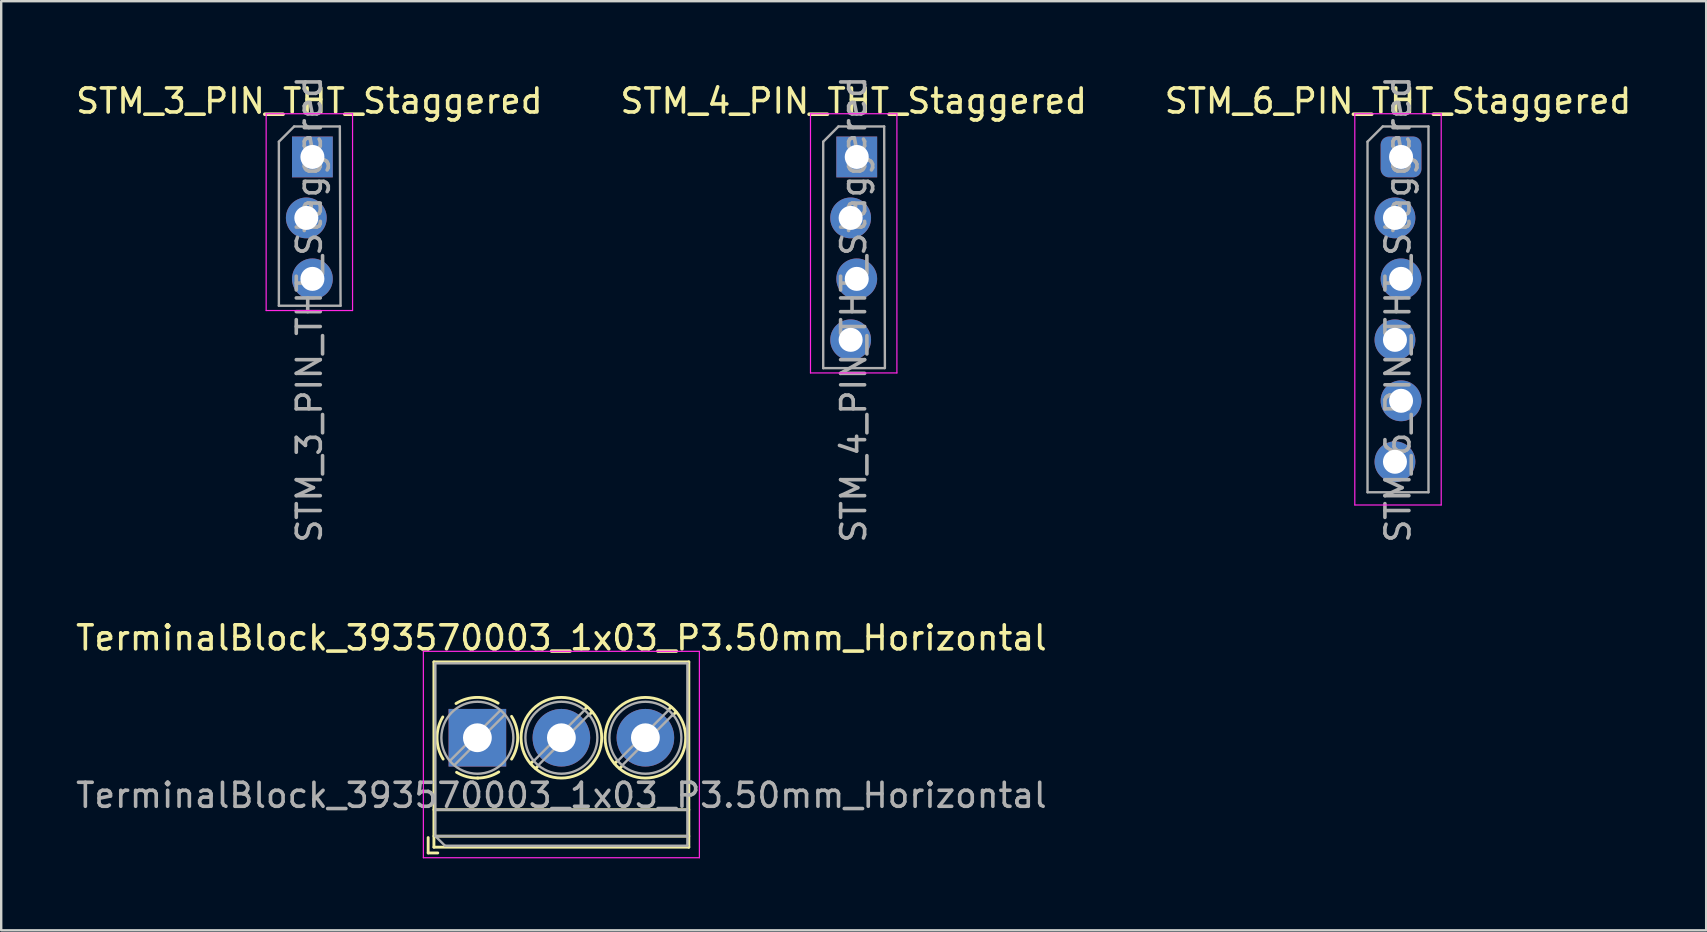
<source format=kicad_pcb>
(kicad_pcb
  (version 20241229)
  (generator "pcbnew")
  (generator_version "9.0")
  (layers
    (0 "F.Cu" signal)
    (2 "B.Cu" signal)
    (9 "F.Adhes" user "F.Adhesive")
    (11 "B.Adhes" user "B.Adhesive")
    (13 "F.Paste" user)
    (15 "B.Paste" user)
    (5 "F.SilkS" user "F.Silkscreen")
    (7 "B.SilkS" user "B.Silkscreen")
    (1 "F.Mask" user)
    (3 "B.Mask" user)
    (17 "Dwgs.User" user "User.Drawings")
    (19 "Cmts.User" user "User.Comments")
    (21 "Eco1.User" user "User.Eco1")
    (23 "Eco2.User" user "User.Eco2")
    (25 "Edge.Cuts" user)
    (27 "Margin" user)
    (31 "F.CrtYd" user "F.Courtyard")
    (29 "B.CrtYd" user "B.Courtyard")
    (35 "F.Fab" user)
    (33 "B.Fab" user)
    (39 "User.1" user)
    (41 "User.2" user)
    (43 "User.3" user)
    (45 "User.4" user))
  (footprint "STM_6_PIN_THT_Staggered"
    (layer "F.Cu")
    (at 55.196 3.489)
    (property "Reference" "STM_6_PIN_THT_Staggered" (at 0 -2.33 0) (layer "F.SilkS") (effects (font (size 1 1) (thickness 0.15))))
    (attr through_hole)
    (fp_line (start -1.8 -1.8) (end -1.8 14.5) (stroke (width 0.05) (type solid)) (layer "F.CrtYd"))
    (fp_line (start -1.8 14.5) (end 1.8 14.5) (stroke (width 0.05) (type solid)) (layer "F.CrtYd"))
    (fp_line (start 1.8 -1.8) (end -1.8 -1.8) (stroke (width 0.05) (type solid)) (layer "F.CrtYd"))
    (fp_line (start 1.8 14.5) (end 1.8 -1.8) (stroke (width 0.05) (type solid)) (layer "F.CrtYd"))
    (fp_line (start -1.27 -0.635) (end -0.635 -1.27) (stroke (width 0.1) (type solid)) (layer "F.Fab"))
    (fp_line (start -1.27 13.97) (end -1.27 -0.635) (stroke (width 0.1) (type solid)) (layer "F.Fab"))
    (fp_line (start -0.635 -1.27) (end 1.27 -1.27) (stroke (width 0.1) (type solid)) (layer "F.Fab"))
    (fp_line (start 1.27 -1.27) (end 1.27 13.97) (stroke (width 0.1) (type solid)) (layer "F.Fab"))
    (fp_line (start 1.27 13.97) (end -1.27 13.97) (stroke (width 0.1) (type solid)) (layer "F.Fab"))
    (fp_text user "${REFERENCE}" (at 0 6.35 90) (layer "F.Fab") (effects (font (size 1 1) (thickness 0.15))))
    (pad "1" thru_hole roundrect (at 0.127 0) (size 1.7 1.7) (drill 1) (layers "*.Cu" "*.Mask") (roundrect_rratio 0.2))
    (pad "2" thru_hole oval (at -0.127 2.54) (size 1.7 1.7) (drill 1) (layers "*.Cu" "*.Mask"))
    (pad "3" thru_hole oval (at 0.127 5.08) (size 1.7 1.7) (drill 1) (layers "*.Cu" "*.Mask"))
    (pad "4" thru_hole oval (at -0.127 7.62) (size 1.7 1.7) (drill 1) (layers "*.Cu" "*.Mask"))
    (pad "5" thru_hole oval (at 0.127 10.16) (size 1.7 1.7) (drill 1) (layers "*.Cu" "*.Mask"))
    (pad "6" thru_hole oval (at -0.127 12.7) (size 1.7 1.7) (drill 1) (layers "*.Cu" "*.Mask")))
  (footprint "STM_3_PIN_THT_Staggered"
    (layer "F.Cu")
    (at 9.839 3.489)
    (property "Reference" "STM_3_PIN_THT_Staggered" (at 0 -2.33 0) (layer "F.SilkS") (effects (font (size 1 1) (thickness 0.15))))
    (attr through_hole)
    (fp_line (start -1.8 -1.8) (end -1.8 6.4) (stroke (width 0.05) (type solid)) (layer "F.CrtYd"))
    (fp_line (start -1.8 6.4) (end 1.8 6.4) (stroke (width 0.05) (type solid)) (layer "F.CrtYd"))
    (fp_line (start 1.8 -1.8) (end -1.8 -1.8) (stroke (width 0.05) (type solid)) (layer "F.CrtYd"))
    (fp_line (start 1.8 6.4) (end 1.8 -1.8) (stroke (width 0.05) (type solid)) (layer "F.CrtYd"))
    (fp_line (start -1.27 -0.635) (end -0.635 -1.27) (stroke (width 0.1) (type solid)) (layer "F.Fab"))
    (fp_line (start -1.27 6.2) (end -1.27 -0.635) (stroke (width 0.1) (type solid)) (layer "F.Fab"))
    (fp_line (start -0.635 -1.27) (end 1.27 -1.27) (stroke (width 0.1) (type solid)) (layer "F.Fab"))
    (fp_line (start 1.27 -1.27) (end 1.3 6.2) (stroke (width 0.1) (type solid)) (layer "F.Fab"))
    (fp_line (start 1.3 6.2) (end -1.27 6.2) (stroke (width 0.1) (type solid)) (layer "F.Fab"))
    (fp_text user "${REFERENCE}" (at 0 6.35 90) (layer "F.Fab") (effects (font (size 1 1) (thickness 0.15))))
    (pad "1" thru_hole rect (at 0.127 0) (size 1.7 1.7) (drill 1) (layers "*.Cu" "*.Mask"))
    (pad "2" thru_hole oval (at -0.127 2.54) (size 1.7 1.7) (drill 1) (layers "*.Cu" "*.Mask"))
    (pad "3" thru_hole oval (at 0.127 5.08) (size 1.7 1.7) (drill 1) (layers "*.Cu" "*.Mask")))
  (footprint "TerminalBlock_393570003_1x03_P3.50mm_Horizontal"
    (layer "F.Cu")
    (at 16.839 27.687)
    (property "Reference" "TerminalBlock_393570003_1x03_P3.50mm_Horizontal" (at 3.5 -4.16 0) (layer "F.SilkS") (effects (font (size 1 1) (thickness 0.15))))
    (attr through_hole)
    (fp_line (start -2.05 4.16) (end -2.05 4.8) (stroke (width 0.12) (type solid)) (layer "F.SilkS"))
    (fp_line (start -2.05 4.8) (end -1.65 4.8) (stroke (width 0.12) (type solid)) (layer "F.SilkS"))
    (fp_line (start -1.81 -3.16) (end -1.81 4.56) (stroke (width 0.12) (type solid)) (layer "F.SilkS"))
    (fp_line (start -1.81 -3.16) (end 8.81 -3.16) (stroke (width 0.12) (type solid)) (layer "F.SilkS"))
    (fp_line (start -1.81 3) (end 8.81 3) (stroke (width 0.12) (type solid)) (layer "F.SilkS"))
    (fp_line (start -1.81 4.1) (end 8.81 4.1) (stroke (width 0.12) (type solid)) (layer "F.SilkS"))
    (fp_line (start -1.81 4.56) (end 8.81 4.56) (stroke (width 0.12) (type solid)) (layer "F.SilkS"))
    (fp_line (start 2.355 0.941) (end 2.226 1.069) (stroke (width 0.12) (type solid)) (layer "F.SilkS"))
    (fp_line (start 2.525 1.181) (end 2.431 1.274) (stroke (width 0.12) (type solid)) (layer "F.SilkS"))
    (fp_line (start 4.57 -1.275) (end 4.476 -1.181) (stroke (width 0.12) (type solid)) (layer "F.SilkS"))
    (fp_line (start 4.775 -1.069) (end 4.646 -0.941) (stroke (width 0.12) (type solid)) (layer "F.SilkS"))
    (fp_line (start 5.855 0.941) (end 5.726 1.069) (stroke (width 0.12) (type solid)) (layer "F.SilkS"))
    (fp_line (start 6.025 1.181) (end 5.931 1.274) (stroke (width 0.12) (type solid)) (layer "F.SilkS"))
    (fp_line (start 8.07 -1.275) (end 7.976 -1.181) (stroke (width 0.12) (type solid)) (layer "F.SilkS"))
    (fp_line (start 8.275 -1.069) (end 8.146 -0.941) (stroke (width 0.12) (type solid)) (layer "F.SilkS"))
    (fp_line (start 8.81 -3.16) (end 8.81 4.56) (stroke (width 0.12) (type solid)) (layer "F.SilkS"))
    (fp_arc (start -1.425358 0.889894) (mid -1.680286 0.014012) (end -1.44 -0.866) (stroke (width 0.12) (type solid)) (layer "F.SilkS"))
    (fp_arc (start -0.889894 -1.425358) (mid -0.014012 -1.680286) (end 0.866 -1.44) (stroke (width 0.12) (type solid)) (layer "F.SilkS"))
    (fp_arc (start 0.028674 1.680099) (mid -0.435535 1.622918) (end -0.866 1.44) (stroke (width 0.12) (type solid)) (layer "F.SilkS"))
    (fp_arc (start 0.890264 1.424721) (mid 0.463071 1.61492) (end 0 1.68) (stroke (width 0.12) (type solid)) (layer "F.SilkS"))
    (fp_arc (start 1.425504 -0.890193) (mid 1.680626 0.000476) (end 1.425 0.891) (stroke (width 0.12) (type solid)) (layer "F.SilkS"))
    (fp_circle (center 3.5 0) (end 5.18 0) (stroke (width 0.12) (type solid)) (fill no) (layer "F.SilkS"))
    (fp_circle (center 7 0) (end 8.68 0) (stroke (width 0.12) (type solid)) (fill no) (layer "F.SilkS"))
    (fp_line (start -2.25 -3.6) (end -2.25 5) (stroke (width 0.05) (type solid)) (layer "F.CrtYd"))
    (fp_line (start -2.25 5) (end 9.25 5) (stroke (width 0.05) (type solid)) (layer "F.CrtYd"))
    (fp_line (start 9.25 -3.6) (end -2.25 -3.6) (stroke (width 0.05) (type solid)) (layer "F.CrtYd"))
    (fp_line (start 9.25 5) (end 9.25 -3.6) (stroke (width 0.05) (type solid)) (layer "F.CrtYd"))
    (fp_line (start -1.75 -3.1) (end 8.75 -3.1) (stroke (width 0.1) (type solid)) (layer "F.Fab"))
    (fp_line (start -1.75 3) (end 8.75 3) (stroke (width 0.1) (type solid)) (layer "F.Fab"))
    (fp_line (start -1.75 4.1) (end -1.75 -3.1) (stroke (width 0.1) (type solid)) (layer "F.Fab"))
    (fp_line (start -1.75 4.1) (end 8.75 4.1) (stroke (width 0.1) (type solid)) (layer "F.Fab"))
    (fp_line (start -1.35 4.5) (end -1.75 4.1) (stroke (width 0.1) (type solid)) (layer "F.Fab"))
    (fp_line (start 0.955 -1.138) (end -1.138 0.955) (stroke (width 0.1) (type solid)) (layer "F.Fab"))
    (fp_line (start 1.138 -0.955) (end -0.955 1.138) (stroke (width 0.1) (type solid)) (layer "F.Fab"))
    (fp_line (start 4.455 -1.138) (end 2.363 0.955) (stroke (width 0.1) (type solid)) (layer "F.Fab"))
    (fp_line (start 4.638 -0.955) (end 2.546 1.138) (stroke (width 0.1) (type solid)) (layer "F.Fab"))
    (fp_line (start 7.955 -1.138) (end 5.863 0.955) (stroke (width 0.1) (type solid)) (layer "F.Fab"))
    (fp_line (start 8.138 -0.955) (end 6.046 1.138) (stroke (width 0.1) (type solid)) (layer "F.Fab"))
    (fp_line (start 8.75 -3.1) (end 8.75 4.5) (stroke (width 0.1) (type solid)) (layer "F.Fab"))
    (fp_line (start 8.75 4.5) (end -1.35 4.5) (stroke (width 0.1) (type solid)) (layer "F.Fab"))
    (fp_circle (center 0 0) (end 1.5 0) (stroke (width 0.1) (type solid)) (fill no) (layer "F.Fab"))
    (fp_circle (center 3.5 0) (end 5 0) (stroke (width 0.1) (type solid)) (fill no) (layer "F.Fab"))
    (fp_circle (center 7 0) (end 8.5 0) (stroke (width 0.1) (type solid)) (fill no) (layer "F.Fab"))
    (fp_text user "${REFERENCE}" (at 3.5 2.4 0) (layer "F.Fab") (effects (font (size 1 1) (thickness 0.15))))
    (pad "1" thru_hole rect (at 0 0) (size 2.4 2.4) (drill 1.2) (layers "*.Cu" "*.Mask"))
    (pad "2" thru_hole circle (at 3.5 0) (size 2.4 2.4) (drill 1.2) (layers "*.Cu" "*.Mask"))
    (pad "3" thru_hole circle (at 7 0) (size 2.4 2.4) (drill 1.2) (layers "*.Cu" "*.Mask")))
  (footprint "STM_4_PIN_THT_Staggered"
    (layer "F.Cu")
    (at 32.518 3.489)
    (property "Reference" "STM_4_PIN_THT_Staggered" (at 0 -2.33 0) (layer "F.SilkS") (effects (font (size 1 1) (thickness 0.15))))
    (attr through_hole)
    (fp_line (start -1.8 -1.8) (end -1.8 9) (stroke (width 0.05) (type solid)) (layer "F.CrtYd"))
    (fp_line (start -1.8 9) (end 1.8 9) (stroke (width 0.05) (type solid)) (layer "F.CrtYd"))
    (fp_line (start 1.8 -1.8) (end -1.8 -1.8) (stroke (width 0.05) (type solid)) (layer "F.CrtYd"))
    (fp_line (start 1.8 9) (end 1.8 -1.8) (stroke (width 0.05) (type solid)) (layer "F.CrtYd"))
    (fp_line (start -1.27 -0.635) (end -0.635 -1.27) (stroke (width 0.1) (type solid)) (layer "F.Fab"))
    (fp_line (start -1.27 8.8) (end -1.27 -0.635) (stroke (width 0.1) (type solid)) (layer "F.Fab"))
    (fp_line (start -0.635 -1.27) (end 1.27 -1.27) (stroke (width 0.1) (type solid)) (layer "F.Fab"))
    (fp_line (start 1.27 -1.27) (end 1.3 8.8) (stroke (width 0.1) (type solid)) (layer "F.Fab"))
    (fp_line (start 1.27 8.8) (end -1.27 8.8) (stroke (width 0.1) (type solid)) (layer "F.Fab"))
    (fp_text user "${REFERENCE}" (at 0 6.35 90) (layer "F.Fab") (effects (font (size 1 1) (thickness 0.15))))
    (pad "1" thru_hole rect (at 0.127 0) (size 1.7 1.7) (drill 1) (layers "*.Cu" "*.Mask"))
    (pad "2" thru_hole oval (at -0.127 2.54) (size 1.7 1.7) (drill 1) (layers "*.Cu" "*.Mask"))
    (pad "3" thru_hole oval (at 0.127 5.08) (size 1.7 1.7) (drill 1) (layers "*.Cu" "*.Mask"))
    (pad "4" thru_hole oval (at -0.127 7.62) (size 1.7 1.7) (drill 1) (layers "*.Cu" "*.Mask")))
  (gr_rect
    (start -3 -3)
    (end 68.036 35.712)
    (stroke (width 0.1) (type default))
    (fill no)
    (layer "Edge.Cuts")))
</source>
